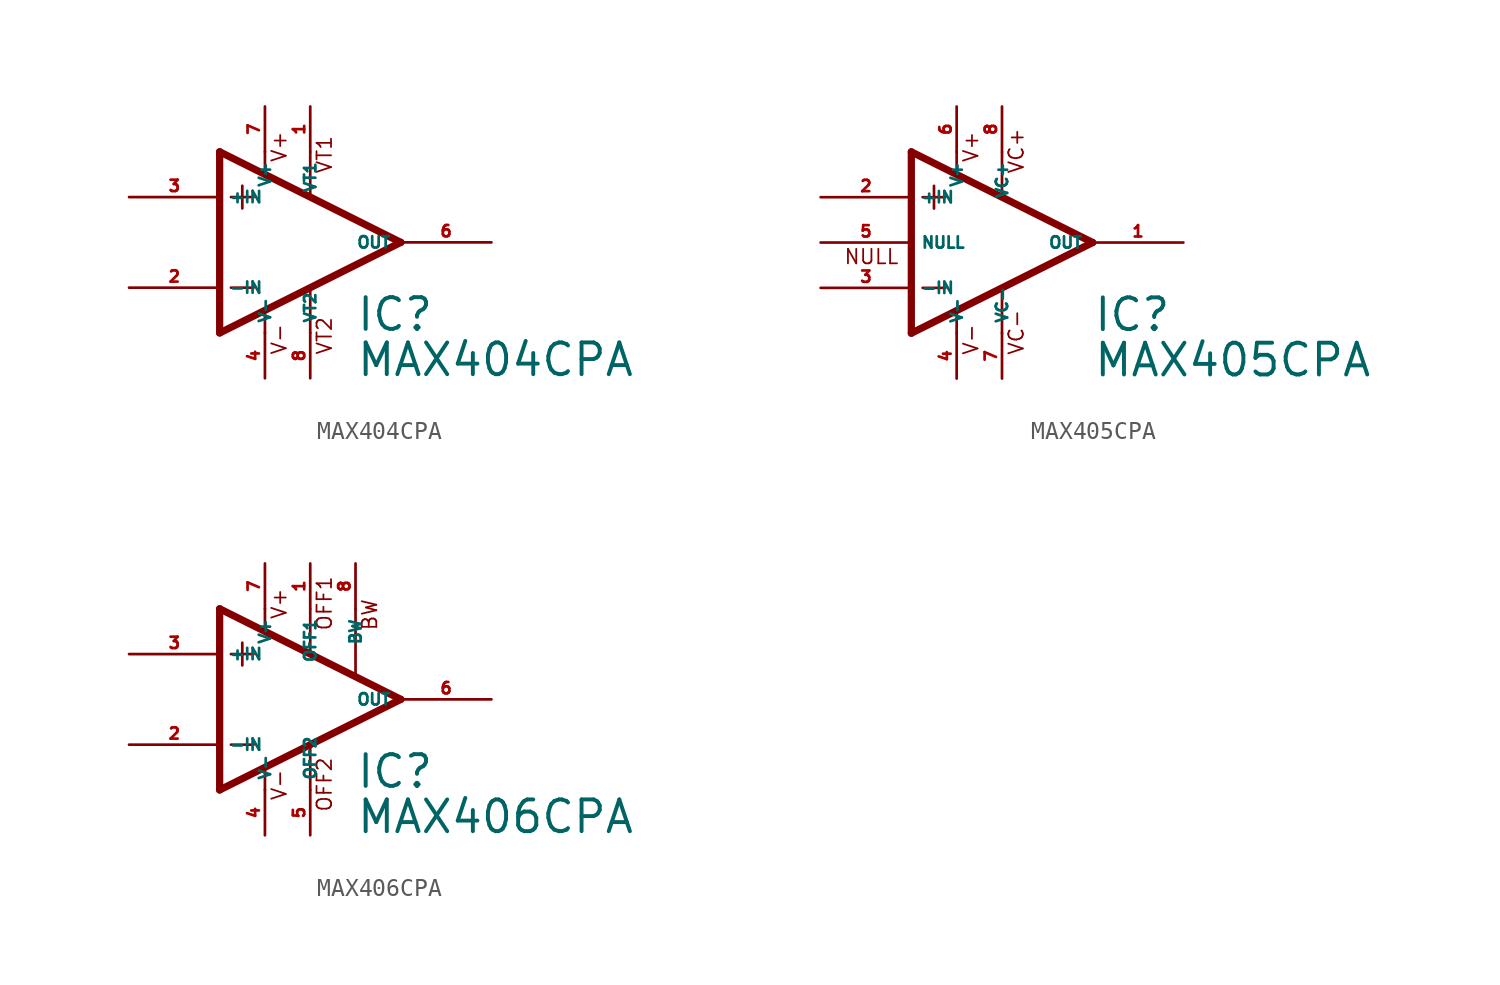
<source format=kicad_sym>
(kicad_symbol_lib
  (version 20220914)
  (generator Eagle2Kicad)
  (symbol "MAX404CPA"
    (property "Reference" "IC"
      (at 2.54 -5.08 0)
      (effects (font (size 1.778 1.778) (thickness 0.22)) (justify left bottom)))
    (property "Value" "MAX404CPA"
      (at 2.54 -7.62 0)
      (effects (font (size 1.778 1.778) (thickness 0.22)) (justify left bottom)))
    (polyline
      (pts (xy -3.81 3.175) (xy -3.81 1.905))
      (stroke (width 0.152) (type default))
      (fill (type none)))
    (polyline
      (pts (xy -4.445 2.54) (xy -3.175 2.54))
      (stroke (width 0.152) (type default))
      (fill (type none)))
    (polyline
      (pts (xy -4.445 -2.54) (xy -3.175 -2.54))
      (stroke (width 0.152) (type default))
      (fill (type none)))
    (polyline
      (pts (xy -2.54 5.08) (xy -2.54 3.886))
      (stroke (width 0.152) (type default))
      (fill (type none)))
    (polyline
      (pts (xy 0 5.055) (xy 0 2.616))
      (stroke (width 0.152) (type default))
      (fill (type none)))
    (polyline
      (pts (xy 0 -2.616) (xy 0 -5.08))
      (stroke (width 0.152) (type default))
      (fill (type none)))
    (polyline
      (pts (xy -2.54 -3.912) (xy -2.54 -5.08))
      (stroke (width 0.152) (type default))
      (fill (type none)))
    (polyline
      (pts (xy 5.08 0) (xy -5.08 5.08))
      (stroke (width 0.406) (type default))
      (fill (type none)))
    (polyline
      (pts (xy -5.08 5.08) (xy -5.08 -5.08))
      (stroke (width 0.406) (type default))
      (fill (type none)))
    (polyline
      (pts (xy -5.08 -5.08) (xy 5.08 0))
      (stroke (width 0.406) (type default))
      (fill (type none)))
    (text "V+"
      (at -1.27 4.445 900)
      (effects (font (size 0.813 0.813) (thickness 0.10)) (justify left bottom)))
    (text "V-"
      (at -1.27 -6.35 900)
      (effects (font (size 0.813 0.813) (thickness 0.10)) (justify left bottom)))
    (text "VT2"
      (at 1.27 -6.35 900)
      (effects (font (size 0.813 0.813) (thickness 0.10)) (justify left bottom)))
    (text "VT1"
      (at 1.27 3.81 900)
      (effects (font (size 0.813 0.813) (thickness 0.10)) (justify left bottom)))
    (pin passive line
      (at 0 7.62 270)
      (length 2.54)
      (name "VT1" (effects (font (size 0.635 0.635) (thickness 0.08)) (justify left bottom)))
      (number "1" (effects (font (size 0.635 0.635) (thickness 0.08)) (justify left bottom))))
    (pin input line
      (at -10.16 -2.54 0)
      (length 5.08)
      (name "-IN" (effects (font (size 0.635 0.635) (thickness 0.08)) (justify left bottom)))
      (number "2" (effects (font (size 0.635 0.635) (thickness 0.08)) (justify left bottom))))
    (pin input line
      (at -10.16 2.54 0)
      (length 5.08)
      (name "+IN" (effects (font (size 0.635 0.635) (thickness 0.08)) (justify left bottom)))
      (number "3" (effects (font (size 0.635 0.635) (thickness 0.08)) (justify left bottom))))
    (pin output line
      (at 10.16 0 180)
      (length 5.08)
      (name "OUT" (effects (font (size 0.635 0.635) (thickness 0.08)) (justify left bottom)))
      (number "6" (effects (font (size 0.635 0.635) (thickness 0.08)) (justify left bottom))))
    (pin passive line
      (at 0 -7.62 90)
      (length 2.54)
      (name "VT2" (effects (font (size 0.635 0.635) (thickness 0.08)) (justify left bottom)))
      (number "8" (effects (font (size 0.635 0.635) (thickness 0.08)) (justify left bottom))))
    (pin unspecified line
      (at -2.54 7.62 270)
      (length 2.54)
      (name "V+" (effects (font (size 0.635 0.635) (thickness 0.08)) (justify left bottom)))
      (number "7" (effects (font (size 0.635 0.635) (thickness 0.08)) (justify left bottom))))
    (pin unspecified line
      (at -2.54 -7.62 90)
      (length 2.54)
      (name "V-" (effects (font (size 0.635 0.635) (thickness 0.08)) (justify left bottom)))
      (number "4" (effects (font (size 0.635 0.635) (thickness 0.08)) (justify left bottom)))))
  (symbol "MAX405CPA"
    (property "Reference" "IC"
      (at 5.08 -5.08 0)
      (effects (font (size 1.778 1.778) (thickness 0.22)) (justify left bottom)))
    (property "Value" "MAX405CPA"
      (at 5.08 -7.62 0)
      (effects (font (size 1.778 1.778) (thickness 0.22)) (justify left bottom)))
    (polyline
      (pts (xy -3.81 3.175) (xy -3.81 1.905))
      (stroke (width 0.152) (type default))
      (fill (type none)))
    (polyline
      (pts (xy -4.445 2.54) (xy -3.175 2.54))
      (stroke (width 0.152) (type default))
      (fill (type none)))
    (polyline
      (pts (xy -4.445 -2.54) (xy -3.175 -2.54))
      (stroke (width 0.152) (type default))
      (fill (type none)))
    (polyline
      (pts (xy -2.54 5.08) (xy -2.54 3.886))
      (stroke (width 0.152) (type default))
      (fill (type none)))
    (polyline
      (pts (xy 0 5.055) (xy 0 2.616))
      (stroke (width 0.152) (type default))
      (fill (type none)))
    (polyline
      (pts (xy 0 -2.616) (xy 0 -5.08))
      (stroke (width 0.152) (type default))
      (fill (type none)))
    (polyline
      (pts (xy -2.54 -3.912) (xy -2.54 -5.08))
      (stroke (width 0.152) (type default))
      (fill (type none)))
    (polyline
      (pts (xy 5.08 0) (xy -5.08 5.08))
      (stroke (width 0.406) (type default))
      (fill (type none)))
    (polyline
      (pts (xy -5.08 -5.08) (xy 5.08 0))
      (stroke (width 0.406) (type default))
      (fill (type none)))
    (polyline
      (pts (xy -5.08 5.08) (xy -5.08 -5.08))
      (stroke (width 0.406) (type default))
      (fill (type none)))
    (text "V+"
      (at -1.27 4.445 900)
      (effects (font (size 0.813 0.813) (thickness 0.10)) (justify left bottom)))
    (text "V-"
      (at -1.27 -6.35 900)
      (effects (font (size 0.813 0.813) (thickness 0.10)) (justify left bottom)))
    (text "VC+"
      (at 1.27 3.81 900)
      (effects (font (size 0.813 0.813) (thickness 0.10)) (justify left bottom)))
    (text "VC-"
      (at 1.27 -6.35 900)
      (effects (font (size 0.813 0.813) (thickness 0.10)) (justify left bottom)))
    (text "NULL"
      (at -8.89 -1.27 0)
      (effects (font (size 0.813 0.813) (thickness 0.10)) (justify left bottom)))
    (pin passive line
      (at 0 7.62 270)
      (length 2.54)
      (name "VC+" (effects (font (size 0.635 0.635) (thickness 0.08)) (justify left bottom)))
      (number "8" (effects (font (size 0.635 0.635) (thickness 0.08)) (justify left bottom))))
    (pin input line
      (at -10.16 -2.54 0)
      (length 5.08)
      (name "-IN" (effects (font (size 0.635 0.635) (thickness 0.08)) (justify left bottom)))
      (number "3" (effects (font (size 0.635 0.635) (thickness 0.08)) (justify left bottom))))
    (pin input line
      (at -10.16 2.54 0)
      (length 5.08)
      (name "+IN" (effects (font (size 0.635 0.635) (thickness 0.08)) (justify left bottom)))
      (number "2" (effects (font (size 0.635 0.635) (thickness 0.08)) (justify left bottom))))
    (pin output line
      (at 10.16 0 180)
      (length 5.08)
      (name "OUT" (effects (font (size 0.635 0.635) (thickness 0.08)) (justify left bottom)))
      (number "1" (effects (font (size 0.635 0.635) (thickness 0.08)) (justify left bottom))))
    (pin passive line
      (at 0 -7.62 90)
      (length 2.54)
      (name "VC-" (effects (font (size 0.635 0.635) (thickness 0.08)) (justify left bottom)))
      (number "7" (effects (font (size 0.635 0.635) (thickness 0.08)) (justify left bottom))))
    (pin unspecified line
      (at -2.54 7.62 270)
      (length 2.54)
      (name "V+" (effects (font (size 0.635 0.635) (thickness 0.08)) (justify left bottom)))
      (number "6" (effects (font (size 0.635 0.635) (thickness 0.08)) (justify left bottom))))
    (pin unspecified line
      (at -2.54 -7.62 90)
      (length 2.54)
      (name "V-" (effects (font (size 0.635 0.635) (thickness 0.08)) (justify left bottom)))
      (number "4" (effects (font (size 0.635 0.635) (thickness 0.08)) (justify left bottom))))
    (pin passive line
      (at -10.16 0 0)
      (length 5.08)
      (name "NULL" (effects (font (size 0.635 0.635) (thickness 0.08)) (justify left bottom)))
      (number "5" (effects (font (size 0.635 0.635) (thickness 0.08)) (justify left bottom)))))
  (symbol "MAX406CPA"
    (property "Reference" "IC"
      (at 2.54 -5.08 0)
      (effects (font (size 1.778 1.778) (thickness 0.22)) (justify left bottom)))
    (property "Value" "MAX406CPA"
      (at 2.54 -7.62 0)
      (effects (font (size 1.778 1.778) (thickness 0.22)) (justify left bottom)))
    (polyline
      (pts (xy -3.81 3.175) (xy -3.81 1.905))
      (stroke (width 0.152) (type default))
      (fill (type none)))
    (polyline
      (pts (xy -4.445 2.54) (xy -3.175 2.54))
      (stroke (width 0.152) (type default))
      (fill (type none)))
    (polyline
      (pts (xy -4.445 -2.54) (xy -3.175 -2.54))
      (stroke (width 0.152) (type default))
      (fill (type none)))
    (polyline
      (pts (xy -2.54 5.08) (xy -2.54 3.886))
      (stroke (width 0.152) (type default))
      (fill (type none)))
    (polyline
      (pts (xy 0 5.055) (xy 0 2.616))
      (stroke (width 0.152) (type default))
      (fill (type none)))
    (polyline
      (pts (xy 0 -2.616) (xy 0 -5.08))
      (stroke (width 0.152) (type default))
      (fill (type none)))
    (polyline
      (pts (xy -2.54 -3.912) (xy -2.54 -5.08))
      (stroke (width 0.152) (type default))
      (fill (type none)))
    (polyline
      (pts (xy 5.08 0) (xy -5.08 5.08))
      (stroke (width 0.406) (type default))
      (fill (type none)))
    (polyline
      (pts (xy -5.08 5.08) (xy -5.08 -5.08))
      (stroke (width 0.406) (type default))
      (fill (type none)))
    (polyline
      (pts (xy -5.08 -5.08) (xy 5.08 0))
      (stroke (width 0.406) (type default))
      (fill (type none)))
    (polyline
      (pts (xy 2.54 5.055) (xy 2.54 1.346))
      (stroke (width 0.152) (type default))
      (fill (type none)))
    (text "OFF1"
      (at 1.27 3.81 900)
      (effects (font (size 0.813 0.813) (thickness 0.10)) (justify left bottom)))
    (text "OFF2"
      (at 1.27 -6.35 900)
      (effects (font (size 0.813 0.813) (thickness 0.10)) (justify left bottom)))
    (text "V+"
      (at -1.27 4.445 900)
      (effects (font (size 0.813 0.813) (thickness 0.10)) (justify left bottom)))
    (text "V-"
      (at -1.27 -5.715 900)
      (effects (font (size 0.813 0.813) (thickness 0.10)) (justify left bottom)))
    (text "BW"
      (at 3.81 3.81 900)
      (effects (font (size 0.813 0.813) (thickness 0.10)) (justify left bottom)))
    (pin passive line
      (at 0 7.62 270)
      (length 2.54)
      (name "OFF1" (effects (font (size 0.635 0.635) (thickness 0.08)) (justify left bottom)))
      (number "1" (effects (font (size 0.635 0.635) (thickness 0.08)) (justify left bottom))))
    (pin input line
      (at -10.16 -2.54 0)
      (length 5.08)
      (name "-IN" (effects (font (size 0.635 0.635) (thickness 0.08)) (justify left bottom)))
      (number "2" (effects (font (size 0.635 0.635) (thickness 0.08)) (justify left bottom))))
    (pin input line
      (at -10.16 2.54 0)
      (length 5.08)
      (name "+IN" (effects (font (size 0.635 0.635) (thickness 0.08)) (justify left bottom)))
      (number "3" (effects (font (size 0.635 0.635) (thickness 0.08)) (justify left bottom))))
    (pin output line
      (at 10.16 0 180)
      (length 5.08)
      (name "OUT" (effects (font (size 0.635 0.635) (thickness 0.08)) (justify left bottom)))
      (number "6" (effects (font (size 0.635 0.635) (thickness 0.08)) (justify left bottom))))
    (pin passive line
      (at 0 -7.62 90)
      (length 2.54)
      (name "OFF2" (effects (font (size 0.635 0.635) (thickness 0.08)) (justify left bottom)))
      (number "5" (effects (font (size 0.635 0.635) (thickness 0.08)) (justify left bottom))))
    (pin unspecified line
      (at -2.54 7.62 270)
      (length 2.54)
      (name "V+" (effects (font (size 0.635 0.635) (thickness 0.08)) (justify left bottom)))
      (number "7" (effects (font (size 0.635 0.635) (thickness 0.08)) (justify left bottom))))
    (pin unspecified line
      (at -2.54 -7.62 90)
      (length 2.54)
      (name "V-" (effects (font (size 0.635 0.635) (thickness 0.08)) (justify left bottom)))
      (number "4" (effects (font (size 0.635 0.635) (thickness 0.08)) (justify left bottom))))
    (pin passive line
      (at 2.54 7.62 270)
      (length 2.54)
      (name "BW" (effects (font (size 0.635 0.635) (thickness 0.08)) (justify left bottom)))
      (number "8" (effects (font (size 0.635 0.635) (thickness 0.08)) (justify left bottom))))))
</source>
